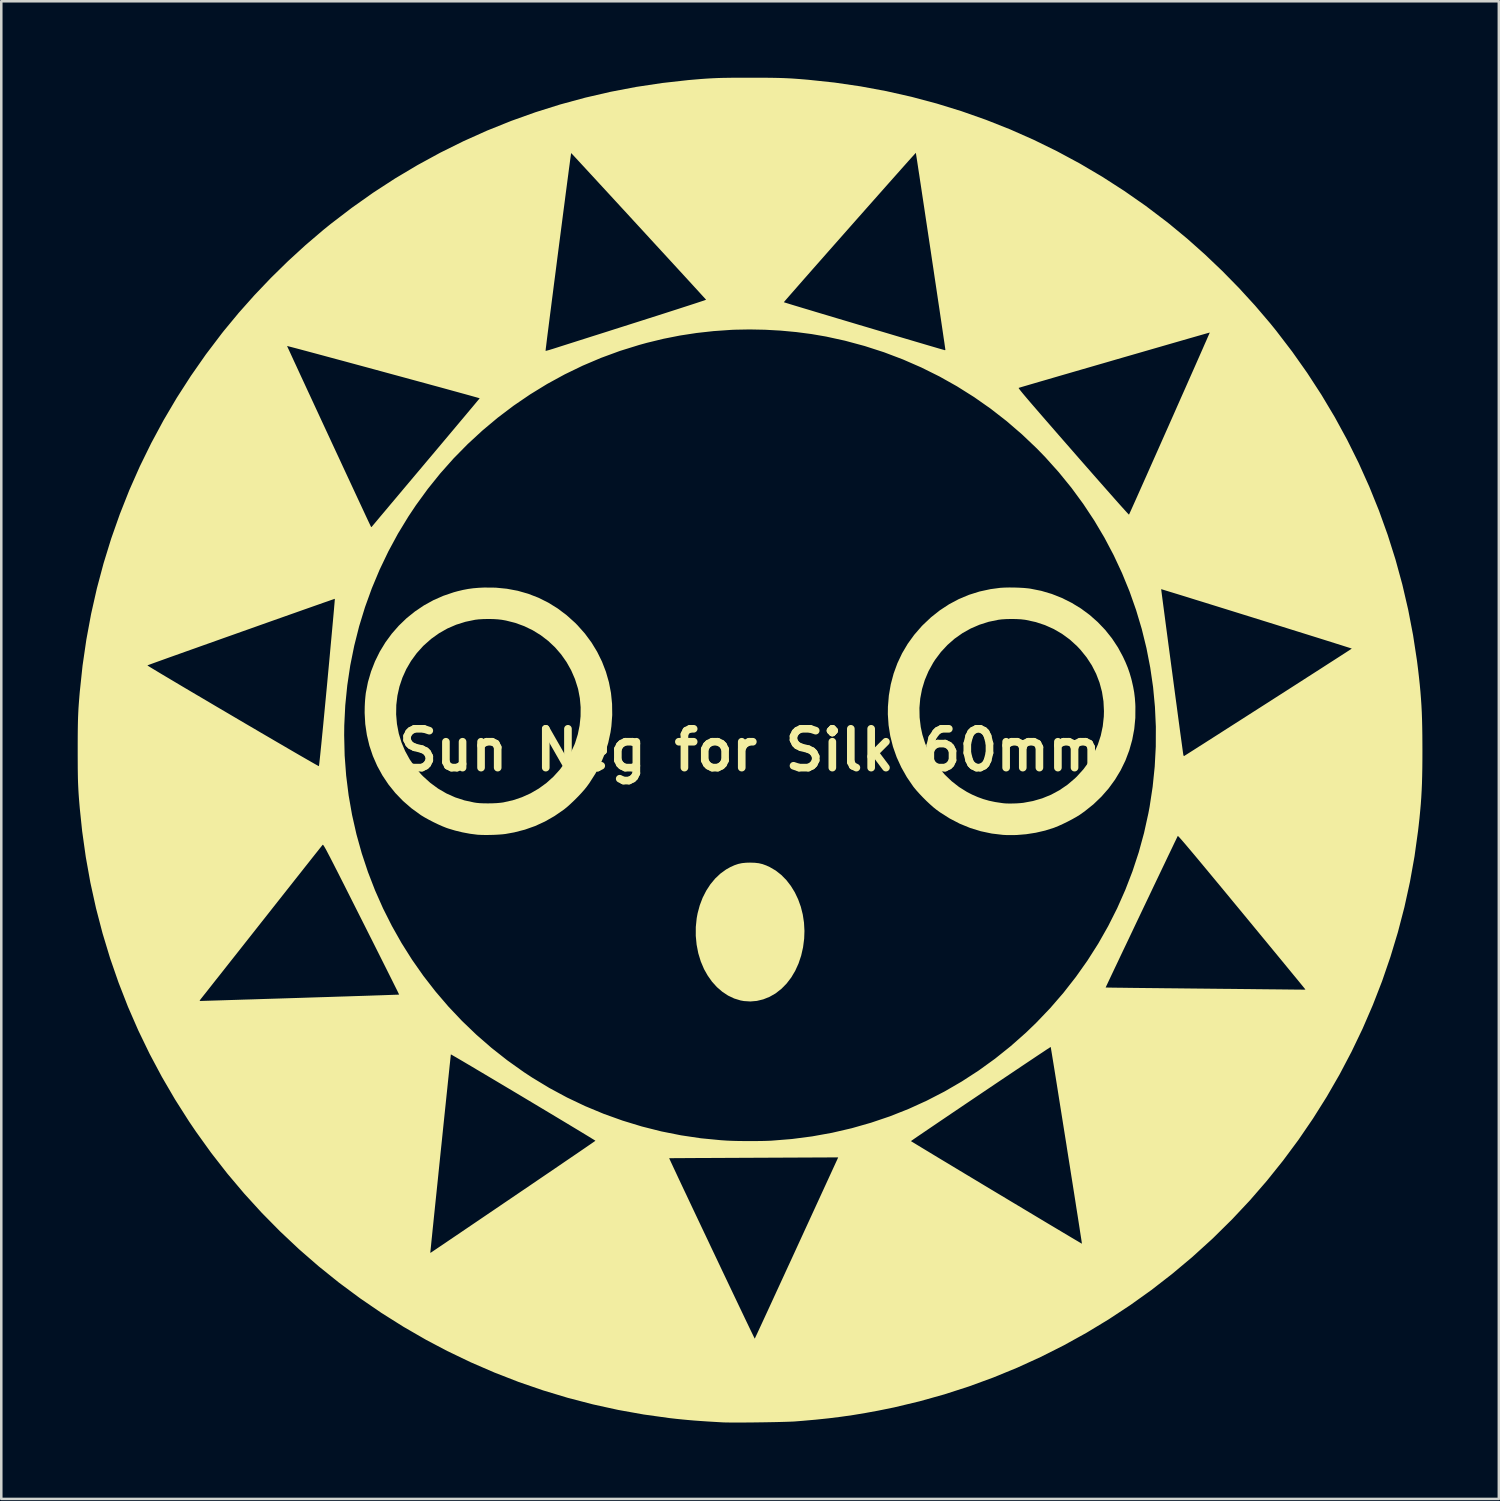
<source format=kicad_pcb>
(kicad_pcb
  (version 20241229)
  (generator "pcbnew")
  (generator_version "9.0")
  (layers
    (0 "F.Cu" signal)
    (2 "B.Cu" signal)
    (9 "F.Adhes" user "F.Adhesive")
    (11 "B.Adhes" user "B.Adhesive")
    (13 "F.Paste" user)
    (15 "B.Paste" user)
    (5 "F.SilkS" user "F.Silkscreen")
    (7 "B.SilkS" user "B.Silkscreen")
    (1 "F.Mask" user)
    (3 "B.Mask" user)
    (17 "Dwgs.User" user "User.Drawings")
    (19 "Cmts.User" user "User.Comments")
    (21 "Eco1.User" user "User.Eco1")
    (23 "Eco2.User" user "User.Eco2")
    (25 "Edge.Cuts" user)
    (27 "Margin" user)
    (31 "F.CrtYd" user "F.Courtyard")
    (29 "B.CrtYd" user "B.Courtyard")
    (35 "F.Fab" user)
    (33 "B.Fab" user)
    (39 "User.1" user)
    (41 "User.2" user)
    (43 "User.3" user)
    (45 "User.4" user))
  (footprint "Sun Neg for Silk 60mm"
    (layer "F.Cu")
    (at 26.391 26.391)
    (property "Reference" "Sun Neg for Silk 60mm" (at 0 0 0) (layer "F.SilkS") (effects (font (size 1.524 1.524) (thickness 0.3))))
    (attr board_only exclude_from_pos_files exclude_from_bom)
    (fp_poly (pts (xy 0.184 4.424) (xy 0.343 4.442) (xy 0.49 4.477) (xy 0.638 4.531) (xy 0.771 4.592) (xy 1.008 4.73) (xy 1.226 4.902) (xy 1.425 5.104) (xy 1.602 5.333) (xy 1.757 5.586) (xy 1.887 5.859) (xy 1.992 6.15) (xy 2.069 6.456) (xy 2.117 6.774) (xy 2.135 7.099) (xy 2.124 7.402) (xy 2.08 7.743) (xy 2.006 8.069) (xy 1.903 8.377) (xy 1.773 8.663) (xy 1.617 8.926) (xy 1.436 9.163) (xy 1.233 9.37) (xy 1.008 9.546) (xy 0.996 9.555) (xy 0.762 9.688) (xy 0.518 9.785) (xy 0.267 9.846) (xy 0.013 9.868) (xy -0.24 9.852) (xy -0.373 9.828) (xy -0.624 9.751) (xy -0.863 9.637) (xy -1.09 9.487) (xy -1.301 9.305) (xy -1.494 9.091) (xy -1.666 8.847) (xy -1.807 8.597) (xy -1.935 8.295) (xy -2.033 7.973) (xy -2.098 7.637) (xy -2.131 7.293) (xy -2.13 6.946) (xy -2.095 6.603) (xy -2.059 6.408) (xy -1.974 6.093) (xy -1.861 5.796) (xy -1.721 5.521) (xy -1.557 5.269) (xy -1.371 5.044) (xy -1.164 4.849) (xy -0.939 4.686) (xy -0.771 4.592) (xy -0.611 4.52) (xy -0.464 4.47) (xy -0.316 4.438) (xy -0.154 4.422) (xy 0 4.418)) (stroke (width 0) (type solid)) (fill yes) (layer "F.SilkS"))
    (fp_poly (pts (xy 10.365 -6.38) (xy 10.567 -6.373) (xy 10.76 -6.362) (xy 10.931 -6.345) (xy 11.009 -6.334) (xy 11.433 -6.249) (xy 11.845 -6.127) (xy 12.243 -5.969) (xy 12.624 -5.778) (xy 12.988 -5.556) (xy 13.33 -5.303) (xy 13.648 -5.022) (xy 13.942 -4.714) (xy 14.207 -4.381) (xy 14.442 -4.025) (xy 14.632 -3.673) (xy 14.739 -3.443) (xy 14.826 -3.232) (xy 14.898 -3.025) (xy 14.961 -2.809) (xy 14.983 -2.723) (xy 15.037 -2.485) (xy 15.077 -2.265) (xy 15.104 -2.044) (xy 15.121 -1.807) (xy 15.125 -1.701) (xy 15.122 -1.259) (xy 15.08 -0.825) (xy 15 -0.4) (xy 14.884 0.012) (xy 14.733 0.411) (xy 14.546 0.795) (xy 14.326 1.16) (xy 14.074 1.506) (xy 13.789 1.831) (xy 13.475 2.132) (xy 13.13 2.408) (xy 12.93 2.548) (xy 12.796 2.63) (xy 12.636 2.72) (xy 12.46 2.812) (xy 12.279 2.9) (xy 12.105 2.979) (xy 11.949 3.042) (xy 11.927 3.051) (xy 11.582 3.16) (xy 11.214 3.245) (xy 10.835 3.304) (xy 10.455 3.335) (xy 10.084 3.337) (xy 9.928 3.329) (xy 9.487 3.277) (xy 9.057 3.186) (xy 8.638 3.057) (xy 8.232 2.891) (xy 7.838 2.686) (xy 7.458 2.445) (xy 7.312 2.339) (xy 7.196 2.246) (xy 7.064 2.129) (xy 6.922 1.996) (xy 6.78 1.854) (xy 6.645 1.712) (xy 6.524 1.577) (xy 6.425 1.457) (xy 6.408 1.435) (xy 6.154 1.064) (xy 5.936 0.678) (xy 5.754 0.28) (xy 5.61 -0.13) (xy 5.504 -0.549) (xy 5.437 -0.975) (xy 5.408 -1.407) (xy 5.411 -1.656) (xy 6.648 -1.656) (xy 6.655 -1.28) (xy 6.7 -0.903) (xy 6.764 -0.606) (xy 6.873 -0.26) (xy 7.018 0.074) (xy 7.197 0.392) (xy 7.408 0.691) (xy 7.647 0.969) (xy 7.913 1.223) (xy 8.202 1.449) (xy 8.513 1.644) (xy 8.717 1.749) (xy 8.939 1.846) (xy 9.157 1.925) (xy 9.381 1.989) (xy 9.622 2.04) (xy 9.89 2.08) (xy 9.958 2.089) (xy 10.057 2.096) (xy 10.184 2.099) (xy 10.327 2.097) (xy 10.473 2.092) (xy 10.612 2.082) (xy 10.722 2.071) (xy 11.102 2.001) (xy 11.467 1.895) (xy 11.815 1.753) (xy 12.145 1.575) (xy 12.457 1.362) (xy 12.748 1.115) (xy 12.828 1.038) (xy 13.086 0.753) (xy 13.309 0.449) (xy 13.498 0.126) (xy 13.65 -0.213) (xy 13.766 -0.567) (xy 13.844 -0.934) (xy 13.885 -1.313) (xy 13.891 -1.529) (xy 13.872 -1.911) (xy 13.814 -2.284) (xy 13.718 -2.644) (xy 13.585 -2.991) (xy 13.416 -3.322) (xy 13.211 -3.637) (xy 12.971 -3.934) (xy 12.832 -4.082) (xy 12.549 -4.339) (xy 12.244 -4.562) (xy 11.919 -4.751) (xy 11.575 -4.905) (xy 11.214 -5.024) (xy 10.836 -5.106) (xy 10.791 -5.114) (xy 10.634 -5.132) (xy 10.451 -5.142) (xy 10.256 -5.145) (xy 10.061 -5.141) (xy 9.881 -5.13) (xy 9.745 -5.113) (xy 9.368 -5.035) (xy 9.006 -4.92) (xy 8.661 -4.771) (xy 8.335 -4.588) (xy 8.03 -4.373) (xy 7.749 -4.126) (xy 7.493 -3.851) (xy 7.265 -3.547) (xy 7.187 -3.426) (xy 7.004 -3.094) (xy 6.858 -2.749) (xy 6.75 -2.392) (xy 6.68 -2.027) (xy 6.648 -1.656) (xy 5.411 -1.656) (xy 5.411 -1.697) (xy 5.448 -2.145) (xy 5.523 -2.58) (xy 5.635 -3.001) (xy 5.783 -3.407) (xy 5.967 -3.797) (xy 6.187 -4.169) (xy 6.442 -4.522) (xy 6.732 -4.856) (xy 6.775 -4.901) (xy 7.102 -5.21) (xy 7.448 -5.484) (xy 7.812 -5.723) (xy 8.194 -5.926) (xy 8.592 -6.093) (xy 9.006 -6.223) (xy 9.435 -6.316) (xy 9.816 -6.367) (xy 9.978 -6.377) (xy 10.164 -6.381)) (stroke (width 0) (type solid)) (fill yes) (layer "F.SilkS"))
    (fp_poly (pts (xy -9.986 -6.375) (xy -9.547 -6.332) (xy -9.119 -6.252) (xy -8.706 -6.134) (xy -8.306 -5.979) (xy -7.921 -5.787) (xy -7.553 -5.559) (xy -7.202 -5.295) (xy -6.869 -4.996) (xy -6.775 -4.901) (xy -6.483 -4.573) (xy -6.225 -4.224) (xy -6.001 -3.856) (xy -5.812 -3.472) (xy -5.658 -3.073) (xy -5.54 -2.662) (xy -5.459 -2.24) (xy -5.416 -1.811) (xy -5.41 -1.375) (xy -5.443 -0.936) (xy -5.477 -0.701) (xy -5.567 -0.283) (xy -5.695 0.128) (xy -5.862 0.529) (xy -6.066 0.918) (xy -6.306 1.294) (xy -6.408 1.435) (xy -6.501 1.551) (xy -6.618 1.683) (xy -6.751 1.825) (xy -6.893 1.967) (xy -7.035 2.102) (xy -7.17 2.224) (xy -7.29 2.322) (xy -7.312 2.339) (xy -7.677 2.591) (xy -8.05 2.804) (xy -8.435 2.981) (xy -8.836 3.123) (xy -9.256 3.231) (xy -9.598 3.293) (xy -9.717 3.307) (xy -9.865 3.318) (xy -10.031 3.327) (xy -10.205 3.332) (xy -10.376 3.334) (xy -10.533 3.331) (xy -10.665 3.325) (xy -10.706 3.322) (xy -10.993 3.285) (xy -11.288 3.23) (xy -11.577 3.16) (xy -11.846 3.079) (xy -11.927 3.051) (xy -12.079 2.99) (xy -12.25 2.914) (xy -12.43 2.827) (xy -12.608 2.735) (xy -12.772 2.644) (xy -12.911 2.56) (xy -12.93 2.548) (xy -13.29 2.286) (xy -13.622 1.998) (xy -13.923 1.686) (xy -14.193 1.351) (xy -14.43 0.996) (xy -14.635 0.622) (xy -14.806 0.232) (xy -14.942 -0.174) (xy -15.041 -0.592) (xy -15.104 -1.021) (xy -15.125 -1.397) (xy -13.892 -1.397) (xy -13.86 -1.023) (xy -13.789 -0.651) (xy -13.683 -0.302) (xy -13.541 0.036) (xy -13.363 0.36) (xy -13.154 0.666) (xy -12.915 0.948) (xy -12.838 1.028) (xy -12.55 1.288) (xy -12.244 1.513) (xy -11.918 1.703) (xy -11.574 1.857) (xy -11.212 1.975) (xy -10.834 2.057) (xy -10.746 2.071) (xy -10.617 2.084) (xy -10.46 2.091) (xy -10.286 2.093) (xy -10.108 2.09) (xy -9.938 2.082) (xy -9.785 2.068) (xy -9.688 2.055) (xy -9.313 1.971) (xy -8.954 1.851) (xy -8.613 1.697) (xy -8.292 1.51) (xy -7.993 1.292) (xy -7.718 1.045) (xy -7.469 0.77) (xy -7.247 0.469) (xy -7.056 0.144) (xy -6.896 -0.204) (xy -6.864 -0.286) (xy -6.761 -0.617) (xy -6.69 -0.965) (xy -6.653 -1.322) (xy -6.65 -1.681) (xy -6.681 -2.035) (xy -6.746 -2.378) (xy -6.757 -2.422) (xy -6.872 -2.786) (xy -7.022 -3.131) (xy -7.204 -3.455) (xy -7.416 -3.756) (xy -7.656 -4.033) (xy -7.923 -4.284) (xy -8.214 -4.507) (xy -8.527 -4.7) (xy -8.861 -4.862) (xy -9.213 -4.991) (xy -9.582 -5.084) (xy -9.745 -5.113) (xy -9.902 -5.131) (xy -10.085 -5.142) (xy -10.28 -5.145) (xy -10.474 -5.141) (xy -10.655 -5.13) (xy -10.791 -5.114) (xy -11.171 -5.035) (xy -11.534 -4.921) (xy -11.881 -4.771) (xy -12.208 -4.585) (xy -12.516 -4.365) (xy -12.803 -4.111) (xy -12.831 -4.084) (xy -13.085 -3.802) (xy -13.306 -3.499) (xy -13.493 -3.179) (xy -13.645 -2.843) (xy -13.762 -2.494) (xy -13.842 -2.135) (xy -13.886 -1.768) (xy -13.892 -1.397) (xy -15.125 -1.397) (xy -15.128 -1.459) (xy -15.125 -1.701) (xy -15.119 -1.833) (xy -15.11 -1.971) (xy -15.098 -2.101) (xy -15.086 -2.209) (xy -15.082 -2.242) (xy -14.998 -2.67) (xy -14.877 -3.084) (xy -14.722 -3.482) (xy -14.534 -3.863) (xy -14.314 -4.225) (xy -14.065 -4.565) (xy -13.787 -4.882) (xy -13.484 -5.174) (xy -13.155 -5.439) (xy -12.804 -5.676) (xy -12.431 -5.882) (xy -12.039 -6.055) (xy -11.629 -6.194) (xy -11.482 -6.234) (xy -11.266 -6.286) (xy -11.065 -6.324) (xy -10.865 -6.351) (xy -10.651 -6.369) (xy -10.437 -6.379)) (stroke (width 0) (type solid)) (fill yes) (layer "F.SilkS"))
    (fp_poly (pts (xy 0.286 -26.391) (xy 0.538 -26.39) (xy 0.761 -26.388) (xy 0.96 -26.385) (xy 1.141 -26.381) (xy 1.308 -26.376) (xy 1.468 -26.369) (xy 1.626 -26.361) (xy 1.788 -26.35) (xy 1.958 -26.337) (xy 2.142 -26.322) (xy 2.292 -26.309) (xy 3.32 -26.2) (xy 4.339 -26.051) (xy 5.347 -25.864) (xy 6.344 -25.639) (xy 7.329 -25.376) (xy 8.301 -25.076) (xy 9.26 -24.738) (xy 10.205 -24.364) (xy 11.134 -23.953) (xy 12.048 -23.505) (xy 12.945 -23.022) (xy 13.825 -22.503) (xy 14.687 -21.948) (xy 15.531 -21.359) (xy 16.355 -20.734) (xy 16.456 -20.654) (xy 17.161 -20.071) (xy 17.855 -19.453) (xy 18.533 -18.807) (xy 19.19 -18.137) (xy 19.82 -17.449) (xy 20.418 -16.748) (xy 20.654 -16.456) (xy 21.279 -15.639) (xy 21.87 -14.802) (xy 22.427 -13.945) (xy 22.95 -13.069) (xy 23.437 -12.176) (xy 23.889 -11.266) (xy 24.305 -10.34) (xy 24.685 -9.4) (xy 25.028 -8.446) (xy 25.334 -7.479) (xy 25.602 -6.5) (xy 25.832 -5.511) (xy 26.024 -4.512) (xy 26.178 -3.504) (xy 26.22 -3.169) (xy 26.256 -2.857) (xy 26.287 -2.566) (xy 26.313 -2.289) (xy 26.334 -2.022) (xy 26.352 -1.756) (xy 26.366 -1.486) (xy 26.376 -1.205) (xy 26.383 -0.908) (xy 26.388 -0.587) (xy 26.39 -0.236) (xy 26.391 0) (xy 26.39 0.372) (xy 26.387 0.711) (xy 26.381 1.022) (xy 26.373 1.313) (xy 26.361 1.589) (xy 26.346 1.856) (xy 26.327 2.122) (xy 26.303 2.392) (xy 26.276 2.673) (xy 26.243 2.971) (xy 26.22 3.169) (xy 26.08 4.177) (xy 25.901 5.177) (xy 25.684 6.167) (xy 25.429 7.146) (xy 25.137 8.113) (xy 24.809 9.068) (xy 24.444 10.008) (xy 24.044 10.933) (xy 23.608 11.842) (xy 23.138 12.735) (xy 22.634 13.609) (xy 22.096 14.464) (xy 21.525 15.3) (xy 20.921 16.114) (xy 20.286 16.906) (xy 19.619 17.675) (xy 18.921 18.419) (xy 18.192 19.139) (xy 18.104 19.222) (xy 17.342 19.913) (xy 16.556 20.571) (xy 15.749 21.197) (xy 14.919 21.79) (xy 14.069 22.35) (xy 13.2 22.876) (xy 12.312 23.367) (xy 11.406 23.823) (xy 10.484 24.244) (xy 9.546 24.629) (xy 8.593 24.978) (xy 7.627 25.29) (xy 6.648 25.564) (xy 5.657 25.801) (xy 5.024 25.93) (xy 4.533 26.02) (xy 4.052 26.1) (xy 3.572 26.169) (xy 3.083 26.23) (xy 2.576 26.283) (xy 2.044 26.33) (xy 1.758 26.353) (xy 1.666 26.358) (xy 1.54 26.363) (xy 1.384 26.368) (xy 1.204 26.373) (xy 1.005 26.378) (xy 0.791 26.382) (xy 0.568 26.386) (xy 0.34 26.389) (xy 0.112 26.392) (xy -0.111 26.394) (xy -0.323 26.395) (xy -0.521 26.396) (xy -0.699 26.395) (xy -0.852 26.394) (xy -0.975 26.392) (xy -1.064 26.389) (xy -1.071 26.389) (xy -1.399 26.37) (xy -1.694 26.352) (xy -1.962 26.334) (xy -2.207 26.316) (xy -2.438 26.296) (xy -2.66 26.275) (xy -2.878 26.253) (xy -3.1 26.228) (xy -3.169 26.22) (xy -4.174 26.08) (xy -5.174 25.901) (xy -6.167 25.683) (xy -7.151 25.427) (xy -8.125 25.133) (xy -9.086 24.802) (xy -10.034 24.433) (xy -10.967 24.029) (xy -11.883 23.589) (xy -12.71 23.153) (xy -13.601 22.639) (xy -14.469 22.093) (xy -15.314 21.514) (xy -16.136 20.904) (xy -16.933 20.263) (xy -17.561 19.717) (xy -12.55 19.717) (xy -12.544 19.735) (xy -12.543 19.736) (xy -12.526 19.724) (xy -12.478 19.692) (xy -12.399 19.639) (xy -12.293 19.567) (xy -12.159 19.477) (xy -12 19.37) (xy -11.818 19.246) (xy -11.614 19.108) (xy -11.389 18.956) (xy -11.146 18.791) (xy -10.885 18.614) (xy -10.609 18.427) (xy -10.319 18.23) (xy -10.016 18.025) (xy -9.703 17.812) (xy -9.38 17.593) (xy -9.306 17.543) (xy -8.981 17.322) (xy -8.665 17.108) (xy -8.36 16.9) (xy -8.067 16.701) (xy -7.787 16.511) (xy -7.523 16.331) (xy -7.276 16.162) (xy -7.067 16.02) (xy -3.175 16.02) (xy -3.167 16.039) (xy -3.143 16.092) (xy -3.104 16.176) (xy -3.051 16.29) (xy -2.985 16.432) (xy -2.906 16.6) (xy -2.817 16.791) (xy -2.717 17.003) (xy -2.608 17.235) (xy -2.49 17.483) (xy -2.366 17.747) (xy -2.235 18.024) (xy -2.099 18.311) (xy -1.959 18.607) (xy -1.816 18.909) (xy -1.67 19.216) (xy -1.524 19.526) (xy -1.377 19.835) (xy -1.231 20.143) (xy -1.087 20.447) (xy -0.945 20.745) (xy -0.808 21.034) (xy -0.675 21.313) (xy -0.548 21.58) (xy -0.428 21.832) (xy -0.315 22.068) (xy -0.212 22.285) (xy -0.118 22.481) (xy -0.035 22.654) (xy 0.036 22.802) (xy 0.095 22.923) (xy 0.139 23.014) (xy 0.169 23.074) (xy 0.183 23.101) (xy 0.184 23.102) (xy 0.194 23.083) (xy 0.219 23.029) (xy 0.26 22.942) (xy 0.315 22.824) (xy 0.383 22.677) (xy 0.464 22.502) (xy 0.557 22.301) (xy 0.661 22.076) (xy 0.775 21.829) (xy 0.898 21.561) (xy 1.03 21.274) (xy 1.17 20.97) (xy 1.317 20.651) (xy 1.47 20.318) (xy 1.629 19.974) (xy 1.792 19.619) (xy 1.829 19.538) (xy 3.46 15.988) (xy 0.144 16.003) (xy -0.218 16.005) (xy -0.568 16.006) (xy -0.905 16.008) (xy -1.227 16.009) (xy -1.532 16.011) (xy -1.817 16.012) (xy -2.081 16.013) (xy -2.322 16.015) (xy -2.537 16.016) (xy -2.724 16.017) (xy -2.882 16.018) (xy -3.008 16.019) (xy -3.1 16.019) (xy -3.156 16.02) (xy -3.175 16.02) (xy -7.067 16.02) (xy -7.047 16.006) (xy -6.838 15.864) (xy -6.651 15.736) (xy -6.487 15.624) (xy -6.348 15.528) (xy -6.235 15.451) (xy -6.15 15.392) (xy -6.095 15.354) (xy -6.088 15.349) (xy 6.315 15.349) (xy 6.335 15.362) (xy 6.387 15.394) (xy 6.469 15.444) (xy 6.579 15.511) (xy 6.715 15.594) (xy 6.876 15.691) (xy 7.058 15.801) (xy 7.261 15.924) (xy 7.481 16.057) (xy 7.718 16.199) (xy 7.969 16.35) (xy 8.232 16.509) (xy 8.505 16.673) (xy 8.787 16.842) (xy 9.074 17.015) (xy 9.365 17.19) (xy 9.659 17.366) (xy 9.953 17.542) (xy 10.244 17.717) (xy 10.532 17.889) (xy 10.814 18.058) (xy 11.088 18.222) (xy 11.351 18.38) (xy 11.603 18.531) (xy 11.841 18.673) (xy 12.064 18.806) (xy 12.268 18.928) (xy 12.452 19.037) (xy 12.614 19.134) (xy 12.752 19.216) (xy 12.865 19.282) (xy 12.949 19.332) (xy 13.003 19.364) (xy 13.025 19.376) (xy 13.026 19.376) (xy 13.023 19.355) (xy 13.015 19.296) (xy 13.001 19.202) (xy 12.981 19.074) (xy 12.956 18.914) (xy 12.927 18.724) (xy 12.893 18.506) (xy 12.855 18.262) (xy 12.812 17.993) (xy 12.767 17.702) (xy 12.718 17.39) (xy 12.666 17.06) (xy 12.611 16.714) (xy 12.554 16.352) (xy 12.494 15.978) (xy 12.433 15.593) (xy 12.421 15.512) (xy 12.359 15.125) (xy 12.299 14.748) (xy 12.241 14.384) (xy 12.185 14.034) (xy 12.132 13.701) (xy 12.082 13.386) (xy 12.035 13.091) (xy 11.991 12.818) (xy 11.951 12.569) (xy 11.915 12.346) (xy 11.883 12.15) (xy 11.856 11.984) (xy 11.834 11.85) (xy 11.817 11.749) (xy 11.806 11.683) (xy 11.801 11.655) (xy 11.801 11.654) (xy 11.783 11.664) (xy 11.735 11.695) (xy 11.656 11.746) (xy 11.55 11.817) (xy 11.417 11.905) (xy 11.26 12.009) (xy 11.08 12.13) (xy 10.879 12.264) (xy 10.659 12.411) (xy 10.421 12.571) (xy 10.168 12.741) (xy 9.9 12.921) (xy 9.62 13.109) (xy 9.329 13.305) (xy 9.05 13.493) (xy 8.751 13.695) (xy 8.461 13.89) (xy 8.182 14.079) (xy 7.916 14.258) (xy 7.664 14.429) (xy 7.429 14.588) (xy 7.211 14.736) (xy 7.012 14.871) (xy 6.835 14.991) (xy 6.681 15.096) (xy 6.551 15.184) (xy 6.448 15.255) (xy 6.374 15.307) (xy 6.329 15.338) (xy 6.315 15.349) (xy -6.088 15.349) (xy -6.071 15.337) (xy -6.07 15.336) (xy -6.086 15.324) (xy -6.135 15.293) (xy -6.213 15.245) (xy -6.32 15.179) (xy -6.452 15.099) (xy -6.607 15.005) (xy -6.784 14.898) (xy -6.98 14.78) (xy -7.192 14.652) (xy -7.42 14.515) (xy -7.66 14.371) (xy -7.91 14.221) (xy -8.169 14.066) (xy -8.434 13.907) (xy -8.702 13.747) (xy -8.972 13.585) (xy -9.242 13.424) (xy -9.509 13.265) (xy -9.771 13.109) (xy -10.026 12.957) (xy -10.272 12.811) (xy -10.506 12.672) (xy -10.727 12.541) (xy -10.931 12.419) (xy -11.118 12.309) (xy -11.285 12.21) (xy -11.429 12.126) (xy -11.549 12.056) (xy -11.643 12.002) (xy -11.707 11.965) (xy -11.74 11.947) (xy -11.744 11.946) (xy -11.747 11.966) (xy -11.753 12.025) (xy -11.763 12.118) (xy -11.776 12.244) (xy -11.793 12.401) (xy -11.812 12.586) (xy -11.834 12.796) (xy -11.859 13.031) (xy -11.885 13.286) (xy -11.914 13.56) (xy -11.944 13.851) (xy -11.976 14.155) (xy -12.009 14.472) (xy -12.043 14.798) (xy -12.077 15.131) (xy -12.112 15.469) (xy -12.148 15.81) (xy -12.183 16.15) (xy -12.218 16.489) (xy -12.252 16.823) (xy -12.286 17.15) (xy -12.319 17.468) (xy -12.351 17.774) (xy -12.381 18.067) (xy -12.41 18.343) (xy -12.436 18.601) (xy -12.461 18.838) (xy -12.482 19.051) (xy -12.502 19.24) (xy -12.518 19.4) (xy -12.531 19.53) (xy -12.541 19.628) (xy -12.548 19.691) (xy -12.55 19.716) (xy -12.55 19.717) (xy -17.561 19.717) (xy -17.704 19.592) (xy -18.449 18.891) (xy -19.167 18.163) (xy -19.857 17.406) (xy -20.518 16.623) (xy -21.149 15.814) (xy -21.749 14.979) (xy -22.02 14.579) (xy -22.572 13.711) (xy -23.088 12.826) (xy -23.568 11.925) (xy -24.012 11.007) (xy -24.419 10.074) (xy -24.511 9.837) (xy -21.604 9.837) (xy -21.595 9.847) (xy -21.584 9.848) (xy -21.561 9.847) (xy -21.499 9.846) (xy -21.402 9.843) (xy -21.27 9.839) (xy -21.106 9.834) (xy -20.911 9.828) (xy -20.689 9.821) (xy -20.44 9.813) (xy -20.166 9.805) (xy -19.87 9.795) (xy -19.554 9.786) (xy -19.219 9.775) (xy -18.867 9.764) (xy -18.5 9.753) (xy -18.121 9.741) (xy -17.731 9.729) (xy -17.664 9.727) (xy -17.273 9.714) (xy -16.893 9.702) (xy -16.525 9.691) (xy -16.172 9.679) (xy -15.835 9.669) (xy -15.517 9.658) (xy -15.22 9.649) (xy -14.944 9.64) (xy -14.693 9.631) (xy -14.468 9.624) (xy -14.271 9.617) (xy -14.104 9.611) (xy -13.969 9.606) (xy -13.868 9.603) (xy -13.803 9.6) (xy -13.776 9.598) (xy -13.775 9.598) (xy -13.783 9.58) (xy -13.808 9.528) (xy -13.849 9.443) (xy -13.906 9.329) (xy -13.977 9.187) (xy -14.061 9.018) (xy -14.158 8.824) (xy -14.266 8.608) (xy -14.385 8.371) (xy -14.513 8.115) (xy -14.65 7.842) (xy -14.795 7.553) (xy -14.947 7.252) (xy -15.104 6.939) (xy -15.256 6.638) (xy -15.448 6.257) (xy -15.623 5.91) (xy -15.781 5.596) (xy -15.924 5.312) (xy -16.053 5.058) (xy -16.167 4.832) (xy -16.269 4.633) (xy -16.358 4.458) (xy -16.436 4.306) (xy -16.503 4.176) (xy -16.561 4.066) (xy -16.609 3.974) (xy -16.649 3.899) (xy -16.683 3.84) (xy -16.709 3.794) (xy -16.73 3.761) (xy -16.746 3.738) (xy -16.758 3.724) (xy -16.767 3.718) (xy -16.773 3.717) (xy -16.776 3.719) (xy -16.792 3.738) (xy -16.831 3.787) (xy -16.893 3.864) (xy -16.975 3.968) (xy -17.078 4.097) (xy -17.199 4.25) (xy -17.337 4.425) (xy -17.492 4.62) (xy -17.661 4.835) (xy -17.845 5.067) (xy -18.04 5.314) (xy -18.247 5.576) (xy -18.464 5.851) (xy -18.69 6.137) (xy -18.923 6.433) (xy -19.146 6.715) (xy -19.386 7.019) (xy -19.62 7.316) (xy -19.847 7.603) (xy -20.064 7.879) (xy -20.273 8.143) (xy -20.47 8.392) (xy -20.654 8.626) (xy -20.825 8.843) (xy -20.982 9.04) (xy -21.122 9.218) (xy -21.244 9.373) (xy -21.348 9.505) (xy -21.433 9.611) (xy -21.496 9.691) (xy -21.536 9.742) (xy -21.553 9.763) (xy -21.59 9.812) (xy -21.604 9.837) (xy -24.511 9.837) (xy -24.788 9.127) (xy -25.121 8.166) (xy -25.416 7.191) (xy -25.673 6.205) (xy -25.893 5.206) (xy -26.074 4.197) (xy -26.217 3.177) (xy -26.309 2.292) (xy -26.326 2.093) (xy -26.341 1.913) (xy -26.353 1.746) (xy -26.363 1.586) (xy -26.371 1.428) (xy -26.378 1.266) (xy -26.383 1.096) (xy -26.386 0.911) (xy -26.389 0.707) (xy -26.39 0.477) (xy -26.391 0.217) (xy -26.391 0) (xy -26.391 -0.286) (xy -26.39 -0.538) (xy -26.388 -0.761) (xy -26.385 -0.96) (xy -26.381 -1.141) (xy -26.376 -1.308) (xy -26.369 -1.468) (xy -26.361 -1.626) (xy -26.35 -1.788) (xy -26.337 -1.958) (xy -26.322 -2.142) (xy -26.309 -2.292) (xy -26.2 -3.32) (xy -26.199 -3.324) (xy -23.655 -3.324) (xy -23.641 -3.313) (xy -23.594 -3.282) (xy -23.516 -3.234) (xy -23.41 -3.17) (xy -23.277 -3.09) (xy -23.12 -2.995) (xy -22.94 -2.888) (xy -22.74 -2.769) (xy -22.521 -2.639) (xy -22.286 -2.499) (xy -22.036 -2.351) (xy -21.774 -2.196) (xy -21.501 -2.036) (xy -21.22 -1.87) (xy -20.933 -1.7) (xy -20.641 -1.529) (xy -20.347 -1.356) (xy -20.052 -1.182) (xy -19.759 -1.01) (xy -19.469 -0.841) (xy -19.186 -0.674) (xy -18.909 -0.513) (xy -18.643 -0.357) (xy -18.388 -0.209) (xy -18.147 -0.068) (xy -17.922 0.063) (xy -17.714 0.184) (xy -17.526 0.292) (xy -17.36 0.388) (xy -17.217 0.47) (xy -17.101 0.536) (xy -17.012 0.586) (xy -16.953 0.618) (xy -16.925 0.632) (xy -16.924 0.632) (xy -16.92 0.612) (xy -16.912 0.554) (xy -16.901 0.46) (xy -16.887 0.331) (xy -16.87 0.17) (xy -16.851 -0.021) (xy -16.828 -0.242) (xy -16.804 -0.488) (xy -16.795 -0.58) (xy -15.932 -0.58) (xy -15.913 0.212) (xy -15.854 0.999) (xy -15.757 1.777) (xy -15.622 2.546) (xy -15.45 3.306) (xy -15.242 4.053) (xy -14.998 4.788) (xy -14.719 5.509) (xy -14.406 6.215) (xy -14.059 6.904) (xy -13.679 7.577) (xy -13.267 8.23) (xy -12.823 8.863) (xy -12.347 9.476) (xy -11.842 10.066) (xy -11.306 10.633) (xy -10.742 11.174) (xy -10.149 11.69) (xy -9.528 12.179) (xy -8.881 12.64) (xy -8.555 12.854) (xy -7.879 13.263) (xy -7.185 13.637) (xy -6.472 13.976) (xy -5.744 14.279) (xy -5.002 14.545) (xy -4.248 14.775) (xy -3.483 14.968) (xy -2.71 15.122) (xy -1.929 15.238) (xy -1.143 15.314) (xy -0.901 15.33) (xy -0.739 15.337) (xy -0.546 15.343) (xy -0.334 15.346) (xy -0.109 15.348) (xy 0.119 15.348) (xy 0.34 15.346) (xy 0.546 15.343) (xy 0.728 15.337) (xy 0.841 15.332) (xy 1.642 15.267) (xy 2.435 15.164) (xy 3.217 15.023) (xy 3.988 14.844) (xy 4.746 14.628) (xy 5.491 14.376) (xy 6.221 14.087) (xy 6.935 13.762) (xy 7.633 13.402) (xy 8.312 13.008) (xy 8.973 12.579) (xy 9.614 12.116) (xy 10.233 11.62) (xy 10.831 11.091) (xy 11.228 10.708) (xy 11.78 10.131) (xy 12.301 9.529) (xy 12.464 9.32) (xy 13.957 9.32) (xy 13.978 9.321) (xy 14.036 9.322) (xy 14.131 9.324) (xy 14.259 9.326) (xy 14.42 9.328) (xy 14.612 9.33) (xy 14.831 9.333) (xy 15.077 9.336) (xy 15.348 9.339) (xy 15.641 9.342) (xy 15.954 9.345) (xy 16.286 9.349) (xy 16.635 9.352) (xy 16.999 9.356) (xy 17.375 9.36) (xy 17.763 9.364) (xy 17.775 9.364) (xy 18.164 9.368) (xy 18.544 9.372) (xy 18.911 9.375) (xy 19.265 9.379) (xy 19.602 9.382) (xy 19.922 9.386) (xy 20.222 9.389) (xy 20.5 9.392) (xy 20.754 9.394) (xy 20.982 9.397) (xy 21.182 9.399) (xy 21.352 9.401) (xy 21.49 9.402) (xy 21.594 9.403) (xy 21.662 9.404) (xy 21.692 9.405) (xy 21.751 9.404) (xy 21.789 9.401) (xy 21.797 9.397) (xy 21.785 9.38) (xy 21.748 9.335) (xy 21.688 9.261) (xy 21.606 9.161) (xy 21.504 9.036) (xy 21.382 8.888) (xy 21.242 8.718) (xy 21.085 8.527) (xy 20.913 8.317) (xy 20.726 8.09) (xy 20.525 7.847) (xy 20.313 7.589) (xy 20.089 7.318) (xy 19.856 7.035) (xy 19.615 6.743) (xy 19.366 6.441) (xy 19.302 6.363) (xy 18.99 5.986) (xy 18.703 5.638) (xy 18.44 5.32) (xy 18.199 5.03) (xy 17.981 4.767) (xy 17.784 4.53) (xy 17.608 4.318) (xy 17.451 4.13) (xy 17.313 3.966) (xy 17.193 3.824) (xy 17.091 3.703) (xy 17.005 3.603) (xy 16.934 3.521) (xy 16.879 3.459) (xy 16.837 3.414) (xy 16.809 3.385) (xy 16.793 3.372) (xy 16.789 3.371) (xy 16.776 3.397) (xy 16.747 3.456) (xy 16.704 3.546) (xy 16.646 3.665) (xy 16.577 3.811) (xy 16.496 3.98) (xy 16.404 4.171) (xy 16.304 4.382) (xy 16.195 4.61) (xy 16.079 4.853) (xy 15.957 5.108) (xy 15.83 5.374) (xy 15.7 5.648) (xy 15.567 5.927) (xy 15.432 6.21) (xy 15.297 6.494) (xy 15.162 6.777) (xy 15.03 7.056) (xy 14.9 7.33) (xy 14.774 7.595) (xy 14.652 7.85) (xy 14.537 8.092) (xy 14.43 8.319) (xy 14.33 8.529) (xy 14.24 8.719) (xy 14.16 8.888) (xy 14.092 9.032) (xy 14.037 9.149) (xy 13.995 9.238) (xy 13.968 9.296) (xy 13.958 9.32) (xy 13.957 9.32) (xy 12.464 9.32) (xy 12.789 8.905) (xy 13.245 8.26) (xy 13.668 7.595) (xy 14.056 6.911) (xy 14.41 6.209) (xy 14.728 5.491) (xy 15.011 4.758) (xy 15.257 4.011) (xy 15.465 3.251) (xy 15.635 2.48) (xy 15.682 2.232) (xy 15.802 1.443) (xy 15.883 0.654) (xy 15.925 -0.133) (xy 15.928 -0.917) (xy 15.892 -1.698) (xy 15.819 -2.473) (xy 15.707 -3.242) (xy 15.559 -4.003) (xy 15.374 -4.755) (xy 15.152 -5.497) (xy 14.895 -6.227) (xy 14.859 -6.315) (xy 16.137 -6.315) (xy 16.139 -6.295) (xy 16.146 -6.238) (xy 16.158 -6.146) (xy 16.174 -6.023) (xy 16.194 -5.87) (xy 16.218 -5.689) (xy 16.245 -5.485) (xy 16.275 -5.258) (xy 16.307 -5.012) (xy 16.342 -4.749) (xy 16.379 -4.472) (xy 16.417 -4.183) (xy 16.457 -3.885) (xy 16.498 -3.58) (xy 16.539 -3.271) (xy 16.581 -2.96) (xy 16.622 -2.65) (xy 16.663 -2.343) (xy 16.703 -2.043) (xy 16.743 -1.751) (xy 16.78 -1.47) (xy 16.816 -1.202) (xy 16.85 -0.951) (xy 16.881 -0.718) (xy 16.91 -0.506) (xy 16.936 -0.318) (xy 16.958 -0.157) (xy 16.976 -0.024) (xy 16.99 0.078) (xy 17 0.146) (xy 17.004 0.176) (xy 17.016 0.219) (xy 17.031 0.237) (xy 17.033 0.236) (xy 17.052 0.225) (xy 17.102 0.193) (xy 17.183 0.142) (xy 17.293 0.072) (xy 17.43 -0.015) (xy 17.592 -0.119) (xy 17.779 -0.237) (xy 17.988 -0.371) (xy 18.217 -0.517) (xy 18.466 -0.676) (xy 18.731 -0.846) (xy 19.013 -1.026) (xy 19.309 -1.215) (xy 19.618 -1.413) (xy 19.937 -1.617) (xy 20.266 -1.827) (xy 20.335 -1.871) (xy 20.665 -2.083) (xy 20.986 -2.288) (xy 21.296 -2.487) (xy 21.594 -2.678) (xy 21.878 -2.861) (xy 22.147 -3.033) (xy 22.398 -3.194) (xy 22.63 -3.344) (xy 22.842 -3.48) (xy 23.032 -3.602) (xy 23.198 -3.709) (xy 23.339 -3.8) (xy 23.453 -3.874) (xy 23.539 -3.93) (xy 23.594 -3.966) (xy 23.617 -3.982) (xy 23.618 -3.983) (xy 23.599 -3.99) (xy 23.545 -4.008) (xy 23.456 -4.036) (xy 23.336 -4.074) (xy 23.187 -4.122) (xy 23.01 -4.177) (xy 22.809 -4.241) (xy 22.585 -4.311) (xy 22.341 -4.388) (xy 22.078 -4.47) (xy 21.8 -4.557) (xy 21.508 -4.648) (xy 21.204 -4.743) (xy 20.891 -4.841) (xy 20.572 -4.941) (xy 20.247 -5.042) (xy 19.92 -5.144) (xy 19.593 -5.246) (xy 19.268 -5.347) (xy 18.947 -5.447) (xy 18.632 -5.545) (xy 18.326 -5.64) (xy 18.03 -5.732) (xy 17.748 -5.82) (xy 17.481 -5.902) (xy 17.232 -5.98) (xy 17.003 -6.051) (xy 16.795 -6.115) (xy 16.612 -6.171) (xy 16.455 -6.219) (xy 16.327 -6.258) (xy 16.23 -6.288) (xy 16.167 -6.307) (xy 16.138 -6.315) (xy 16.137 -6.315) (xy 14.859 -6.315) (xy 14.601 -6.945) (xy 14.273 -7.648) (xy 13.91 -8.336) (xy 13.512 -9.007) (xy 13.08 -9.66) (xy 12.615 -10.294) (xy 12.116 -10.907) (xy 11.585 -11.499) (xy 11.257 -11.837) (xy 10.675 -12.39) (xy 10.071 -12.911) (xy 9.444 -13.399) (xy 8.795 -13.854) (xy 8.231 -14.209) (xy 10.543 -14.209) (xy 10.552 -14.192) (xy 10.572 -14.164) (xy 10.603 -14.123) (xy 10.647 -14.068) (xy 10.704 -13.998) (xy 10.776 -13.912) (xy 10.864 -13.808) (xy 10.968 -13.686) (xy 11.09 -13.544) (xy 11.231 -13.381) (xy 11.391 -13.196) (xy 11.572 -12.987) (xy 11.775 -12.754) (xy 12.001 -12.494) (xy 12.25 -12.208) (xy 12.525 -11.894) (xy 12.683 -11.713) (xy 12.92 -11.441) (xy 13.15 -11.179) (xy 13.372 -10.926) (xy 13.584 -10.684) (xy 13.785 -10.456) (xy 13.973 -10.243) (xy 14.147 -10.046) (xy 14.306 -9.866) (xy 14.448 -9.706) (xy 14.572 -9.567) (xy 14.677 -9.451) (xy 14.761 -9.358) (xy 14.822 -9.292) (xy 14.86 -9.252) (xy 14.873 -9.241) (xy 14.883 -9.26) (xy 14.908 -9.315) (xy 14.948 -9.403) (xy 15.001 -9.521) (xy 15.068 -9.67) (xy 15.147 -9.846) (xy 15.237 -10.048) (xy 15.338 -10.275) (xy 15.449 -10.524) (xy 15.569 -10.793) (xy 15.697 -11.082) (xy 15.833 -11.388) (xy 15.976 -11.709) (xy 16.124 -12.043) (xy 16.278 -12.39) (xy 16.437 -12.747) (xy 16.469 -12.82) (xy 16.628 -13.178) (xy 16.782 -13.527) (xy 16.931 -13.864) (xy 17.075 -14.187) (xy 17.211 -14.496) (xy 17.34 -14.787) (xy 17.461 -15.06) (xy 17.572 -15.312) (xy 17.674 -15.543) (xy 17.765 -15.749) (xy 17.844 -15.93) (xy 17.912 -16.083) (xy 17.966 -16.208) (xy 18.007 -16.301) (xy 18.033 -16.361) (xy 18.044 -16.387) (xy 18.044 -16.388) (xy 18.025 -16.383) (xy 17.97 -16.368) (xy 17.88 -16.343) (xy 17.759 -16.308) (xy 17.609 -16.265) (xy 17.431 -16.214) (xy 17.228 -16.156) (xy 17.003 -16.091) (xy 16.757 -16.02) (xy 16.493 -15.944) (xy 16.213 -15.863) (xy 15.919 -15.778) (xy 15.614 -15.69) (xy 15.3 -15.599) (xy 14.978 -15.506) (xy 14.652 -15.412) (xy 14.324 -15.317) (xy 13.995 -15.221) (xy 13.669 -15.127) (xy 13.346 -15.033) (xy 13.031 -14.942) (xy 12.724 -14.853) (xy 12.428 -14.767) (xy 12.145 -14.685) (xy 11.878 -14.607) (xy 11.629 -14.534) (xy 11.399 -14.468) (xy 11.192 -14.407) (xy 11.01 -14.354) (xy 10.854 -14.308) (xy 10.727 -14.271) (xy 10.632 -14.243) (xy 10.57 -14.224) (xy 10.544 -14.216) (xy 10.544 -14.216) (xy 10.543 -14.209) (xy 8.231 -14.209) (xy 8.125 -14.276) (xy 7.436 -14.663) (xy 6.728 -15.015) (xy 6.002 -15.332) (xy 5.259 -15.614) (xy 4.5 -15.859) (xy 3.726 -16.068) (xy 2.982 -16.231) (xy 2.411 -16.329) (xy 1.814 -16.407) (xy 1.204 -16.464) (xy 0.59 -16.498) (xy -0.017 -16.51) (xy -0.608 -16.499) (xy -0.741 -16.493) (xy -1.431 -16.445) (xy -2.098 -16.371) (xy -2.751 -16.271) (xy -3.398 -16.143) (xy -4.049 -15.985) (xy -4.353 -15.901) (xy -5.107 -15.667) (xy -5.847 -15.395) (xy -6.57 -15.088) (xy -7.276 -14.746) (xy -7.964 -14.37) (xy -8.632 -13.96) (xy -9.279 -13.519) (xy -9.904 -13.046) (xy -10.505 -12.543) (xy -11.082 -12.011) (xy -11.634 -11.45) (xy -12.158 -10.861) (xy -12.653 -10.246) (xy -13.119 -9.605) (xy -13.411 -9.167) (xy -13.823 -8.49) (xy -14.199 -7.794) (xy -14.54 -7.081) (xy -14.845 -6.353) (xy -15.113 -5.612) (xy -15.344 -4.859) (xy -15.537 -4.095) (xy -15.693 -3.322) (xy -15.81 -2.541) (xy -15.889 -1.755) (xy -15.928 -0.964) (xy -15.932 -0.58) (xy -16.795 -0.58) (xy -16.777 -0.76) (xy -16.748 -1.055) (xy -16.718 -1.371) (xy -16.686 -1.706) (xy -16.652 -2.059) (xy -16.617 -2.428) (xy -16.596 -2.65) (xy -16.563 -3.008) (xy -16.53 -3.356) (xy -16.499 -3.69) (xy -16.47 -4.01) (xy -16.442 -4.312) (xy -16.416 -4.595) (xy -16.392 -4.857) (xy -16.37 -5.096) (xy -16.351 -5.309) (xy -16.334 -5.495) (xy -16.321 -5.651) (xy -16.31 -5.775) (xy -16.303 -5.865) (xy -16.299 -5.92) (xy -16.298 -5.937) (xy -16.317 -5.931) (xy -16.372 -5.912) (xy -16.46 -5.882) (xy -16.579 -5.84) (xy -16.727 -5.789) (xy -16.902 -5.727) (xy -17.101 -5.657) (xy -17.322 -5.579) (xy -17.564 -5.494) (xy -17.823 -5.402) (xy -18.098 -5.305) (xy -18.386 -5.203) (xy -18.686 -5.097) (xy -18.994 -4.988) (xy -19.309 -4.876) (xy -19.629 -4.762) (xy -19.952 -4.648) (xy -20.274 -4.533) (xy -20.594 -4.42) (xy -20.911 -4.307) (xy -21.22 -4.197) (xy -21.521 -4.09) (xy -21.812 -3.986) (xy -22.089 -3.888) (xy -22.351 -3.794) (xy -22.595 -3.707) (xy -22.82 -3.627) (xy -23.022 -3.554) (xy -23.201 -3.49) (xy -23.353 -3.435) (xy -23.477 -3.39) (xy -23.57 -3.356) (xy -23.63 -3.334) (xy -23.655 -3.324) (xy -23.655 -3.324) (xy -26.199 -3.324) (xy -26.051 -4.339) (xy -25.864 -5.347) (xy -25.639 -6.344) (xy -25.376 -7.329) (xy -25.076 -8.302) (xy -24.738 -9.26) (xy -24.364 -10.205) (xy -23.953 -11.134) (xy -23.505 -12.048) (xy -23.022 -12.945) (xy -22.503 -13.825) (xy -21.948 -14.687) (xy -21.359 -15.531) (xy -21.109 -15.86) (xy -18.172 -15.86) (xy -18.164 -15.841) (xy -18.141 -15.789) (xy -18.102 -15.705) (xy -18.049 -15.59) (xy -17.984 -15.448) (xy -17.907 -15.28) (xy -17.818 -15.089) (xy -17.72 -14.876) (xy -17.613 -14.644) (xy -17.497 -14.395) (xy -17.375 -14.13) (xy -17.246 -13.853) (xy -17.113 -13.565) (xy -16.975 -13.268) (xy -16.835 -12.965) (xy -16.692 -12.657) (xy -16.548 -12.347) (xy -16.404 -12.036) (xy -16.261 -11.728) (xy -16.119 -11.424) (xy -15.981 -11.125) (xy -15.846 -10.835) (xy -15.716 -10.556) (xy -15.592 -10.289) (xy -15.475 -10.037) (xy -15.365 -9.801) (xy -15.264 -9.585) (xy -15.173 -9.389) (xy -15.093 -9.217) (xy -15.024 -9.069) (xy -14.968 -8.95) (xy -14.925 -8.86) (xy -14.897 -8.801) (xy -14.886 -8.778) (xy -14.868 -8.752) (xy -14.851 -8.761) (xy -14.844 -8.77) (xy -14.829 -8.788) (xy -14.789 -8.836) (xy -14.727 -8.91) (xy -14.642 -9.011) (xy -14.538 -9.136) (xy -14.414 -9.283) (xy -14.273 -9.45) (xy -14.116 -9.638) (xy -13.944 -9.842) (xy -13.758 -10.063) (xy -13.561 -10.298) (xy -13.353 -10.545) (xy -13.135 -10.804) (xy -12.909 -11.072) (xy -12.72 -11.297) (xy -12.489 -11.571) (xy -12.265 -11.837) (xy -12.05 -12.093) (xy -11.844 -12.338) (xy -11.65 -12.569) (xy -11.468 -12.786) (xy -11.3 -12.986) (xy -11.146 -13.169) (xy -11.01 -13.332) (xy -10.891 -13.473) (xy -10.792 -13.592) (xy -10.713 -13.687) (xy -10.656 -13.755) (xy -10.622 -13.796) (xy -10.613 -13.808) (xy -10.632 -13.814) (xy -10.687 -13.83) (xy -10.776 -13.855) (xy -10.897 -13.889) (xy -11.047 -13.931) (xy -11.225 -13.98) (xy -11.428 -14.036) (xy -11.654 -14.098) (xy -11.901 -14.166) (xy -12.166 -14.239) (xy -12.447 -14.315) (xy -12.742 -14.396) (xy -13.048 -14.479) (xy -13.364 -14.565) (xy -13.687 -14.653) (xy -14.015 -14.742) (xy -14.345 -14.832) (xy -14.676 -14.922) (xy -15.004 -15.011) (xy -15.329 -15.099) (xy -15.647 -15.185) (xy -15.956 -15.269) (xy -16.255 -15.349) (xy -16.54 -15.426) (xy -16.81 -15.499) (xy -17.062 -15.567) (xy -17.294 -15.629) (xy -17.446 -15.67) (xy -8.027 -15.67) (xy -8.009 -15.671) (xy -7.96 -15.683) (xy -7.886 -15.703) (xy -7.795 -15.731) (xy -7.761 -15.741) (xy -7.711 -15.757) (xy -7.626 -15.784) (xy -7.507 -15.822) (xy -7.357 -15.87) (xy -7.178 -15.927) (xy -6.973 -15.992) (xy -6.744 -16.065) (xy -6.492 -16.145) (xy -6.222 -16.231) (xy -5.934 -16.322) (xy -5.631 -16.418) (xy -5.316 -16.519) (xy -4.991 -16.622) (xy -4.658 -16.728) (xy -4.608 -16.744) (xy -4.28 -16.848) (xy -3.962 -16.95) (xy -3.656 -17.047) (xy -3.366 -17.14) (xy -3.092 -17.228) (xy -2.837 -17.31) (xy -2.603 -17.386) (xy -2.392 -17.454) (xy -2.207 -17.514) (xy -2.048 -17.566) (xy -2.01 -17.579) (xy 1.326 -17.579) (xy 1.345 -17.572) (xy 1.399 -17.555) (xy 1.487 -17.528) (xy 1.606 -17.491) (xy 1.754 -17.446) (xy 1.927 -17.394) (xy 2.125 -17.334) (xy 2.344 -17.269) (xy 2.581 -17.197) (xy 2.836 -17.121) (xy 3.104 -17.041) (xy 3.383 -16.957) (xy 3.672 -16.871) (xy 3.968 -16.783) (xy 4.267 -16.693) (xy 4.569 -16.604) (xy 4.87 -16.514) (xy 5.167 -16.426) (xy 5.46 -16.339) (xy 5.744 -16.254) (xy 6.018 -16.173) (xy 6.279 -16.096) (xy 6.525 -16.023) (xy 6.753 -15.956) (xy 6.961 -15.894) (xy 7.146 -15.84) (xy 7.306 -15.793) (xy 7.439 -15.754) (xy 7.542 -15.725) (xy 7.612 -15.705) (xy 7.648 -15.695) (xy 7.651 -15.695) (xy 7.667 -15.707) (xy 7.667 -15.707) (xy 7.664 -15.73) (xy 7.656 -15.79) (xy 7.642 -15.885) (xy 7.624 -16.013) (xy 7.6 -16.17) (xy 7.573 -16.356) (xy 7.542 -16.566) (xy 7.507 -16.801) (xy 7.469 -17.056) (xy 7.429 -17.329) (xy 7.385 -17.619) (xy 7.34 -17.923) (xy 7.293 -18.238) (xy 7.244 -18.563) (xy 7.195 -18.895) (xy 7.144 -19.231) (xy 7.094 -19.57) (xy 7.043 -19.908) (xy 6.992 -20.245) (xy 6.942 -20.577) (xy 6.893 -20.901) (xy 6.846 -21.217) (xy 6.8 -21.521) (xy 6.756 -21.811) (xy 6.715 -22.086) (xy 6.676 -22.341) (xy 6.641 -22.576) (xy 6.608 -22.787) (xy 6.58 -22.973) (xy 6.556 -23.132) (xy 6.536 -23.26) (xy 6.521 -23.356) (xy 6.511 -23.417) (xy 6.507 -23.441) (xy 6.507 -23.441) (xy 6.493 -23.427) (xy 6.454 -23.385) (xy 6.392 -23.316) (xy 6.308 -23.223) (xy 6.204 -23.107) (xy 6.081 -22.969) (xy 5.941 -22.812) (xy 5.785 -22.636) (xy 5.615 -22.445) (xy 5.433 -22.24) (xy 5.24 -22.022) (xy 5.037 -21.793) (xy 4.827 -21.556) (xy 4.61 -21.311) (xy 4.388 -21.06) (xy 4.163 -20.806) (xy 3.937 -20.55) (xy 3.71 -20.293) (xy 3.485 -20.038) (xy 3.262 -19.786) (xy 3.044 -19.539) (xy 2.833 -19.299) (xy 2.628 -19.067) (xy 2.433 -18.846) (xy 2.249 -18.636) (xy 2.077 -18.441) (xy 1.919 -18.26) (xy 1.776 -18.097) (xy 1.65 -17.953) (xy 1.542 -17.83) (xy 1.454 -17.729) (xy 1.388 -17.653) (xy 1.345 -17.602) (xy 1.327 -17.58) (xy 1.326 -17.579) (xy -2.01 -17.579) (xy -1.919 -17.609) (xy -1.821 -17.641) (xy -1.757 -17.664) (xy -1.727 -17.675) (xy -1.726 -17.676) (xy -1.74 -17.692) (xy -1.779 -17.736) (xy -1.843 -17.805) (xy -1.929 -17.899) (xy -2.035 -18.016) (xy -2.161 -18.153) (xy -2.304 -18.31) (xy -2.464 -18.484) (xy -2.637 -18.673) (xy -2.824 -18.876) (xy -3.022 -19.092) (xy -3.229 -19.317) (xy -3.445 -19.552) (xy -3.667 -19.793) (xy -3.894 -20.04) (xy -4.124 -20.291) (xy -4.356 -20.543) (xy -4.588 -20.795) (xy -4.818 -21.046) (xy -5.046 -21.293) (xy -5.269 -21.535) (xy -5.485 -21.77) (xy -5.694 -21.997) (xy -5.894 -22.213) (xy -6.082 -22.418) (xy -6.258 -22.608) (xy -6.42 -22.784) (xy -6.566 -22.942) (xy -6.694 -23.081) (xy -6.804 -23.2) (xy -6.893 -23.296) (xy -6.96 -23.368) (xy -7.004 -23.414) (xy -7.022 -23.433) (xy -7.022 -23.433) (xy -7.026 -23.414) (xy -7.034 -23.358) (xy -7.047 -23.266) (xy -7.064 -23.142) (xy -7.084 -22.987) (xy -7.109 -22.804) (xy -7.136 -22.595) (xy -7.167 -22.363) (xy -7.2 -22.11) (xy -7.236 -21.838) (xy -7.273 -21.549) (xy -7.313 -21.246) (xy -7.354 -20.931) (xy -7.396 -20.606) (xy -7.439 -20.275) (xy -7.483 -19.938) (xy -7.527 -19.599) (xy -7.571 -19.259) (xy -7.614 -18.921) (xy -7.657 -18.588) (xy -7.7 -18.261) (xy -7.74 -17.943) (xy -7.78 -17.637) (xy -7.817 -17.344) (xy -7.853 -17.067) (xy -7.886 -16.808) (xy -7.916 -16.57) (xy -7.944 -16.354) (xy -7.968 -16.164) (xy -7.988 -16.001) (xy -8.004 -15.868) (xy -8.017 -15.767) (xy -8.024 -15.701) (xy -8.027 -15.671) (xy -8.027 -15.67) (xy -17.446 -15.67) (xy -17.504 -15.685) (xy -17.689 -15.735) (xy -17.848 -15.777) (xy -17.978 -15.811) (xy -18.076 -15.836) (xy -18.141 -15.853) (xy -18.17 -15.86) (xy -18.172 -15.86) (xy -21.109 -15.86) (xy -20.734 -16.355) (xy -20.654 -16.456) (xy -20.071 -17.161) (xy -19.453 -17.855) (xy -18.807 -18.533) (xy -18.137 -19.19) (xy -17.449 -19.82) (xy -16.748 -20.418) (xy -16.456 -20.654) (xy -15.635 -21.282) (xy -14.794 -21.877) (xy -13.934 -22.436) (xy -13.056 -22.959) (xy -12.161 -23.447) (xy -11.249 -23.899) (xy -10.322 -24.315) (xy -9.379 -24.694) (xy -8.422 -25.036) (xy -7.451 -25.341) (xy -6.468 -25.608) (xy -5.472 -25.838) (xy -4.466 -26.03) (xy -3.448 -26.183) (xy -2.421 -26.298) (xy -2.292 -26.309) (xy -2.093 -26.326) (xy -1.913 -26.341) (xy -1.746 -26.353) (xy -1.586 -26.363) (xy -1.428 -26.371) (xy -1.266 -26.378) (xy -1.096 -26.383) (xy -0.911 -26.386) (xy -0.707 -26.389) (xy -0.477 -26.39) (xy -0.217 -26.391) (xy 0 -26.391)) (stroke (width 0) (type solid)) (fill yes) (layer "F.SilkS")))
  (gr_rect
    (start -3 -3)
    (end 55.782 55.786)
    (stroke (width 0.1) (type default))
    (fill no)
    (layer "Edge.Cuts")))
</source>
